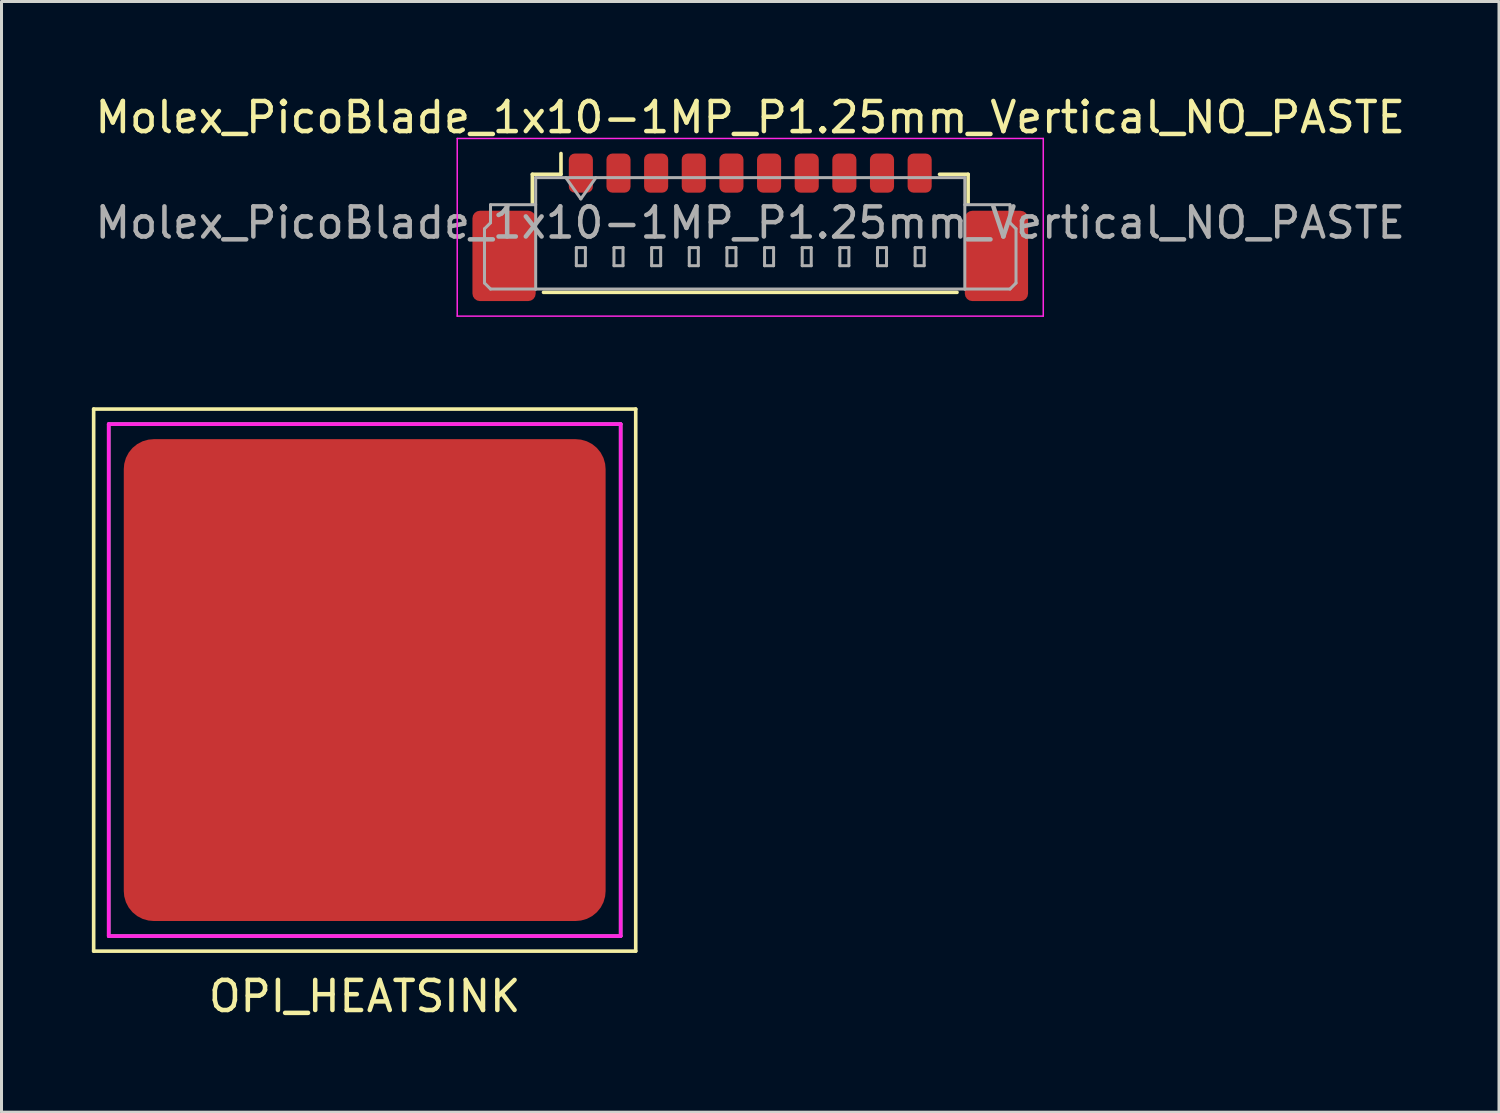
<source format=kicad_pcb>
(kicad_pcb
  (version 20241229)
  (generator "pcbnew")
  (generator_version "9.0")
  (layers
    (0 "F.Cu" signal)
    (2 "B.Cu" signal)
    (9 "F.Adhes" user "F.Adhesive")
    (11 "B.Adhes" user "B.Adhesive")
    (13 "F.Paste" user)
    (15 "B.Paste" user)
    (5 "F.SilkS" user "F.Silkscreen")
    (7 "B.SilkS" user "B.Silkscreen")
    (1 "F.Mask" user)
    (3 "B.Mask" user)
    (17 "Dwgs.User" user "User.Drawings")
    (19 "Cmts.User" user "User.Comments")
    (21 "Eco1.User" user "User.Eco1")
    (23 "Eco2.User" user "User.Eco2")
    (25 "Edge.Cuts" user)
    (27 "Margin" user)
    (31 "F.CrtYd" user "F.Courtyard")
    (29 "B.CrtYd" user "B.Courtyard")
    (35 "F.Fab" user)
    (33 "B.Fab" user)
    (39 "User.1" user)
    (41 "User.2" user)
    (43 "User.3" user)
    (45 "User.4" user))
  (footprint "Molex_PicoBlade_1x10-1MP_P1.25mm_Vertical_NO_PASTE"
    (layer "F.Cu")
    (at 21.863 3.948)
    (property "Reference" "Molex_PicoBlade_1x10-1MP_P1.25mm_Vertical_NO_PASTE" (at 0 -3.1 0) (layer "F.SilkS") (effects (font (size 1 1) (thickness 0.15))))
    (attr smd)
    (fp_line (start -7.235 -1.21) (end -6.285 -1.21) (stroke (width 0.12) (type solid)) (layer "F.SilkS"))
    (fp_line (start -7.235 -0.26) (end -7.235 -1.21) (stroke (width 0.12) (type solid)) (layer "F.SilkS"))
    (fp_line (start -6.865 2.71) (end 6.865 2.71) (stroke (width 0.12) (type solid)) (layer "F.SilkS"))
    (fp_line (start -6.285 -1.21) (end -6.285 -1.9) (stroke (width 0.12) (type solid)) (layer "F.SilkS"))
    (fp_line (start 7.235 -1.21) (end 6.285 -1.21) (stroke (width 0.12) (type solid)) (layer "F.SilkS"))
    (fp_line (start 7.235 -0.26) (end 7.235 -1.21) (stroke (width 0.12) (type solid)) (layer "F.SilkS"))
    (fp_line (start -9.73 -2.4) (end -9.73 3.5) (stroke (width 0.05) (type solid)) (layer "F.CrtYd"))
    (fp_line (start -9.73 3.5) (end 9.73 3.5) (stroke (width 0.05) (type solid)) (layer "F.CrtYd"))
    (fp_line (start 9.73 -2.4) (end -9.73 -2.4) (stroke (width 0.05) (type solid)) (layer "F.CrtYd"))
    (fp_line (start 9.73 3.5) (end 9.73 -2.4) (stroke (width 0.05) (type solid)) (layer "F.CrtYd"))
    (fp_line (start -8.825 0.6) (end -8.625 0.4) (stroke (width 0.1) (type solid)) (layer "F.Fab"))
    (fp_line (start -8.825 2.4) (end -8.825 0.6) (stroke (width 0.1) (type solid)) (layer "F.Fab"))
    (fp_line (start -8.625 -0.2) (end -7.125 -0.2) (stroke (width 0.1) (type solid)) (layer "F.Fab"))
    (fp_line (start -8.625 0.4) (end -8.625 -0.2) (stroke (width 0.1) (type solid)) (layer "F.Fab"))
    (fp_line (start -8.625 2.6) (end -8.825 2.4) (stroke (width 0.1) (type solid)) (layer "F.Fab"))
    (fp_line (start -7.125 -1.1) (end -7.125 2.6) (stroke (width 0.1) (type solid)) (layer "F.Fab"))
    (fp_line (start -7.125 -1.1) (end 7.125 -1.1) (stroke (width 0.1) (type solid)) (layer "F.Fab"))
    (fp_line (start -7.125 2.6) (end -8.625 2.6) (stroke (width 0.1) (type solid)) (layer "F.Fab"))
    (fp_line (start -7.125 2.6) (end 7.125 2.6) (stroke (width 0.1) (type solid)) (layer "F.Fab"))
    (fp_line (start -6.125 -1.1) (end -5.625 -0.393) (stroke (width 0.1) (type solid)) (layer "F.Fab"))
    (fp_line (start -5.775 1.225) (end -5.775 1.825) (stroke (width 0.1) (type solid)) (layer "F.Fab"))
    (fp_line (start -5.775 1.825) (end -5.475 1.825) (stroke (width 0.1) (type solid)) (layer "F.Fab"))
    (fp_line (start -5.625 -0.393) (end -5.125 -1.1) (stroke (width 0.1) (type solid)) (layer "F.Fab"))
    (fp_line (start -5.475 1.225) (end -5.775 1.225) (stroke (width 0.1) (type solid)) (layer "F.Fab"))
    (fp_line (start -5.475 1.825) (end -5.475 1.225) (stroke (width 0.1) (type solid)) (layer "F.Fab"))
    (fp_line (start -4.525 1.225) (end -4.525 1.825) (stroke (width 0.1) (type solid)) (layer "F.Fab"))
    (fp_line (start -4.525 1.825) (end -4.225 1.825) (stroke (width 0.1) (type solid)) (layer "F.Fab"))
    (fp_line (start -4.225 1.225) (end -4.525 1.225) (stroke (width 0.1) (type solid)) (layer "F.Fab"))
    (fp_line (start -4.225 1.825) (end -4.225 1.225) (stroke (width 0.1) (type solid)) (layer "F.Fab"))
    (fp_line (start -3.275 1.225) (end -3.275 1.825) (stroke (width 0.1) (type solid)) (layer "F.Fab"))
    (fp_line (start -3.275 1.825) (end -2.975 1.825) (stroke (width 0.1) (type solid)) (layer "F.Fab"))
    (fp_line (start -2.975 1.225) (end -3.275 1.225) (stroke (width 0.1) (type solid)) (layer "F.Fab"))
    (fp_line (start -2.975 1.825) (end -2.975 1.225) (stroke (width 0.1) (type solid)) (layer "F.Fab"))
    (fp_line (start -2.025 1.225) (end -2.025 1.825) (stroke (width 0.1) (type solid)) (layer "F.Fab"))
    (fp_line (start -2.025 1.825) (end -1.725 1.825) (stroke (width 0.1) (type solid)) (layer "F.Fab"))
    (fp_line (start -1.725 1.225) (end -2.025 1.225) (stroke (width 0.1) (type solid)) (layer "F.Fab"))
    (fp_line (start -1.725 1.825) (end -1.725 1.225) (stroke (width 0.1) (type solid)) (layer "F.Fab"))
    (fp_line (start -0.775 1.225) (end -0.775 1.825) (stroke (width 0.1) (type solid)) (layer "F.Fab"))
    (fp_line (start -0.775 1.825) (end -0.475 1.825) (stroke (width 0.1) (type solid)) (layer "F.Fab"))
    (fp_line (start -0.475 1.225) (end -0.775 1.225) (stroke (width 0.1) (type solid)) (layer "F.Fab"))
    (fp_line (start -0.475 1.825) (end -0.475 1.225) (stroke (width 0.1) (type solid)) (layer "F.Fab"))
    (fp_line (start 0.475 1.225) (end 0.475 1.825) (stroke (width 0.1) (type solid)) (layer "F.Fab"))
    (fp_line (start 0.475 1.825) (end 0.775 1.825) (stroke (width 0.1) (type solid)) (layer "F.Fab"))
    (fp_line (start 0.775 1.225) (end 0.475 1.225) (stroke (width 0.1) (type solid)) (layer "F.Fab"))
    (fp_line (start 0.775 1.825) (end 0.775 1.225) (stroke (width 0.1) (type solid)) (layer "F.Fab"))
    (fp_line (start 1.725 1.225) (end 1.725 1.825) (stroke (width 0.1) (type solid)) (layer "F.Fab"))
    (fp_line (start 1.725 1.825) (end 2.025 1.825) (stroke (width 0.1) (type solid)) (layer "F.Fab"))
    (fp_line (start 2.025 1.225) (end 1.725 1.225) (stroke (width 0.1) (type solid)) (layer "F.Fab"))
    (fp_line (start 2.025 1.825) (end 2.025 1.225) (stroke (width 0.1) (type solid)) (layer "F.Fab"))
    (fp_line (start 2.975 1.225) (end 2.975 1.825) (stroke (width 0.1) (type solid)) (layer "F.Fab"))
    (fp_line (start 2.975 1.825) (end 3.275 1.825) (stroke (width 0.1) (type solid)) (layer "F.Fab"))
    (fp_line (start 3.275 1.225) (end 2.975 1.225) (stroke (width 0.1) (type solid)) (layer "F.Fab"))
    (fp_line (start 3.275 1.825) (end 3.275 1.225) (stroke (width 0.1) (type solid)) (layer "F.Fab"))
    (fp_line (start 4.225 1.225) (end 4.225 1.825) (stroke (width 0.1) (type solid)) (layer "F.Fab"))
    (fp_line (start 4.225 1.825) (end 4.525 1.825) (stroke (width 0.1) (type solid)) (layer "F.Fab"))
    (fp_line (start 4.525 1.225) (end 4.225 1.225) (stroke (width 0.1) (type solid)) (layer "F.Fab"))
    (fp_line (start 4.525 1.825) (end 4.525 1.225) (stroke (width 0.1) (type solid)) (layer "F.Fab"))
    (fp_line (start 5.475 1.225) (end 5.475 1.825) (stroke (width 0.1) (type solid)) (layer "F.Fab"))
    (fp_line (start 5.475 1.825) (end 5.775 1.825) (stroke (width 0.1) (type solid)) (layer "F.Fab"))
    (fp_line (start 5.775 1.225) (end 5.475 1.225) (stroke (width 0.1) (type solid)) (layer "F.Fab"))
    (fp_line (start 5.775 1.825) (end 5.775 1.225) (stroke (width 0.1) (type solid)) (layer "F.Fab"))
    (fp_line (start 7.125 -1.1) (end 7.125 2.6) (stroke (width 0.1) (type solid)) (layer "F.Fab"))
    (fp_line (start 7.125 2.6) (end 8.625 2.6) (stroke (width 0.1) (type solid)) (layer "F.Fab"))
    (fp_line (start 8.625 -0.2) (end 7.125 -0.2) (stroke (width 0.1) (type solid)) (layer "F.Fab"))
    (fp_line (start 8.625 0.4) (end 8.625 -0.2) (stroke (width 0.1) (type solid)) (layer "F.Fab"))
    (fp_line (start 8.625 2.6) (end 8.825 2.4) (stroke (width 0.1) (type solid)) (layer "F.Fab"))
    (fp_line (start 8.825 0.6) (end 8.625 0.4) (stroke (width 0.1) (type solid)) (layer "F.Fab"))
    (fp_line (start 8.825 2.4) (end 8.825 0.6) (stroke (width 0.1) (type solid)) (layer "F.Fab"))
    (fp_text user "${REFERENCE}" (at 0 0.4 0) (layer "F.Fab") (effects (font (size 1 1) (thickness 0.15))))
    (pad "1" smd roundrect (at -5.625 -1.25) (size 0.8 1.3) (layers "F.Cu" "F.Mask") (roundrect_rratio 0.25))
    (pad "2" smd roundrect (at -4.375 -1.25) (size 0.8 1.3) (layers "F.Cu" "F.Mask") (roundrect_rratio 0.25))
    (pad "3" smd roundrect (at -3.125 -1.25) (size 0.8 1.3) (layers "F.Cu" "F.Mask") (roundrect_rratio 0.25))
    (pad "4" smd roundrect (at -1.875 -1.25) (size 0.8 1.3) (layers "F.Cu" "F.Mask") (roundrect_rratio 0.25))
    (pad "5" smd roundrect (at -0.625 -1.25) (size 0.8 1.3) (layers "F.Cu" "F.Mask") (roundrect_rratio 0.25))
    (pad "6" smd roundrect (at 0.625 -1.25) (size 0.8 1.3) (layers "F.Cu" "F.Mask") (roundrect_rratio 0.25))
    (pad "7" smd roundrect (at 1.875 -1.25) (size 0.8 1.3) (layers "F.Cu" "F.Mask") (roundrect_rratio 0.25))
    (pad "8" smd roundrect (at 3.125 -1.25) (size 0.8 1.3) (layers "F.Cu" "F.Mask") (roundrect_rratio 0.25))
    (pad "9" smd roundrect (at 4.375 -1.25) (size 0.8 1.3) (layers "F.Cu" "F.Mask") (roundrect_rratio 0.25))
    (pad "10" smd roundrect (at 5.625 -1.25) (size 0.8 1.3) (layers "F.Cu" "F.Mask") (roundrect_rratio 0.25))
    (pad "MP" smd roundrect (at -8.175 1.5) (size 2.1 3) (layers "F.Cu" "F.Mask") (roundrect_rratio 0.119))
    (pad "MP" smd roundrect (at 8.175 1.5) (size 2.1 3) (layers "F.Cu" "F.Mask") (roundrect_rratio 0.119)))
  (footprint "OPI_HEATSINK"
    (layer "F.Cu")
    (at 9.06 19.533)
    (property "Reference" "OPI_HEATSINK" (at 0 10.5 0) (layer "F.SilkS") (effects (font (size 1 1) (thickness 0.15))))
    (attr through_hole)
    (fp_line (start -9 -9) (end 9 -9) (stroke (width 0.12) (type solid)) (layer "F.SilkS"))
    (fp_line (start -9 9) (end -9 -9) (stroke (width 0.12) (type solid)) (layer "F.SilkS"))
    (fp_line (start 9 -9) (end 9 9) (stroke (width 0.12) (type solid)) (layer "F.SilkS"))
    (fp_line (start 9 9) (end -9 9) (stroke (width 0.12) (type solid)) (layer "F.SilkS"))
    (fp_line (start -8.5 -8.5) (end 8.5 -8.5) (stroke (width 0.12) (type solid)) (layer "F.CrtYd"))
    (fp_line (start -8.5 8.5) (end -8.5 -8.5) (stroke (width 0.12) (type solid)) (layer "F.CrtYd"))
    (fp_line (start 8.5 -8.5) (end 8.5 8.5) (stroke (width 0.12) (type solid)) (layer "F.CrtYd"))
    (fp_line (start 8.5 8.5) (end -8.5 8.5) (stroke (width 0.12) (type solid)) (layer "F.CrtYd"))
    (fp_line (start -8.5 -8.5) (end 8.5 -8.5) (stroke (width 0.12) (type solid)) (layer "F.Fab"))
    (fp_line (start -8.5 8.5) (end -8.5 -8.5) (stroke (width 0.12) (type solid)) (layer "F.Fab"))
    (fp_line (start 8.5 -8.5) (end 8.5 8.5) (stroke (width 0.12) (type solid)) (layer "F.Fab"))
    (fp_line (start 8.5 8.5) (end -8.5 8.5) (stroke (width 0.12) (type solid)) (layer "F.Fab"))
    (pad "1" smd roundrect (at 0 0) (size 16 16) (layers "F.Cu" "F.Mask" "F.Paste") (roundrect_rratio 0.062)))
  (gr_rect
    (start -3 -3)
    (end 46.726 33.882)
    (stroke (width 0.1) (type default))
    (fill no)
    (layer "Edge.Cuts")))
</source>
